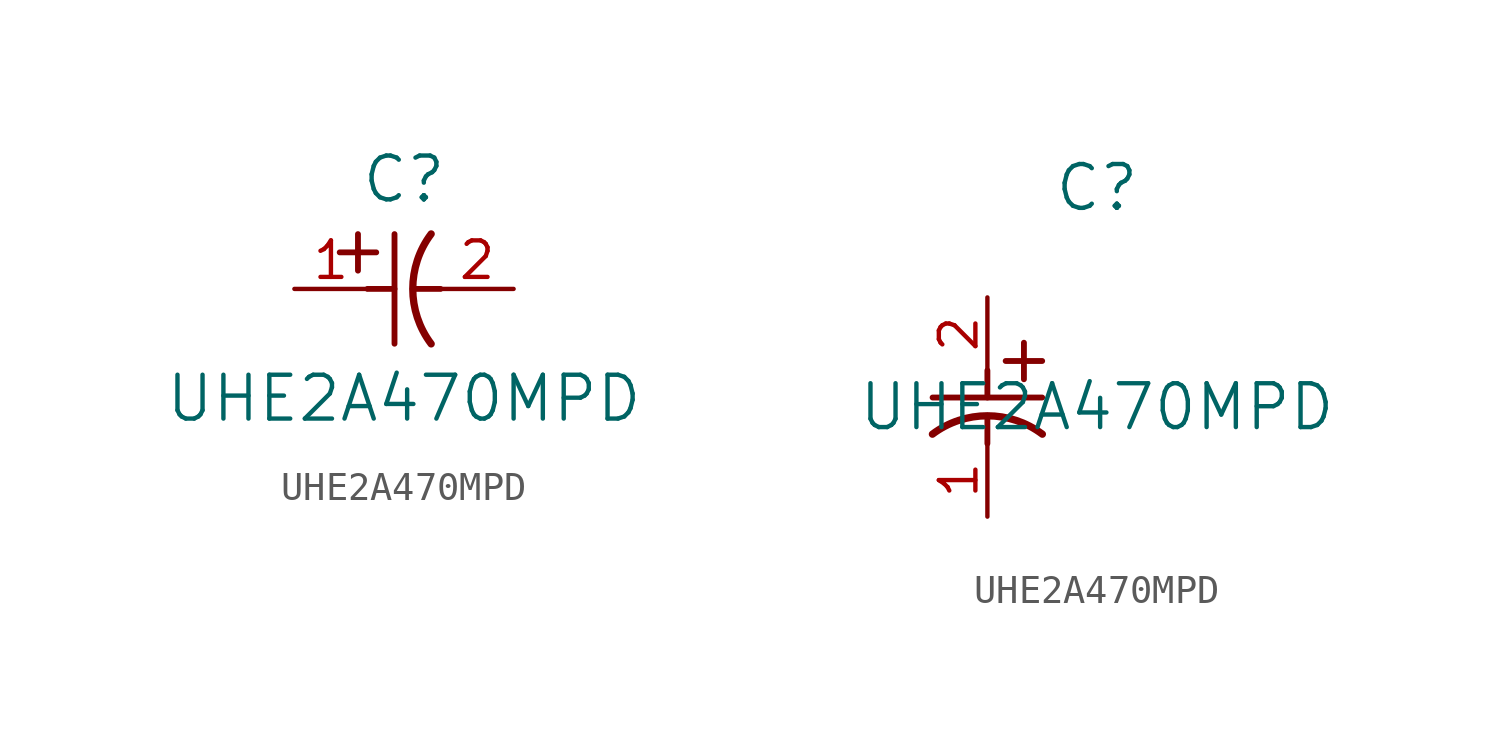
<source format=kicad_sym>
(kicad_symbol_lib
  (version 20211014)
  (generator kicad_symbol_editor)
  (symbol "UHE2A470MPD"
    (pin_names
      (offset 0.254))
    (property "Reference" "C"
      (at 3.81 3.81 0)
      (effects (font (size 1.524 1.524))))
    (property "Value" "UHE2A470MPD"
      (at 3.81 -3.81 0)
      (effects (font (size 1.524 1.524))))
    (symbol "UHE2A470MPD_1_1"
      (polyline (pts (xy 2.21 0.635) (xy 2.21 1.905)) (stroke (width 0.203) (type default) (color 0 0 0 0)) (fill (type none)))
      (arc (start 4.754132 1.910763) (mid 4.1148 0) (end 4.754132 -1.910763) (stroke (width 0.254) (type default) (color 0 0 0 0)) (fill (type none)))
      (polyline (pts (xy 4.115 0) (xy 5.08 0)) (stroke (width 0.203) (type default) (color 0 0 0 0)) (fill (type none)))
      (polyline (pts (xy 3.48 -1.905) (xy 3.48 1.905)) (stroke (width 0.203) (type default) (color 0 0 0 0)) (fill (type none)))
      (polyline (pts (xy 1.575 1.27) (xy 2.845 1.27)) (stroke (width 0.203) (type default) (color 0 0 0 0)) (fill (type none)))
      (polyline (pts (xy 2.54 0) (xy 3.48 0)) (stroke (width 0.203) (type default) (color 0 0 0 0)) (fill (type none)))
      (pin unspecified line (at 0 0 0) (length 2.54) (name "" (effects (font (size 1.27 1.27)))) (number "1" (effects (font (size 1.27 1.27)))))
      (pin unspecified line (at 7.62 0 180) (length 2.54) (name "" (effects (font (size 1.27 1.27)))) (number "2" (effects (font (size 1.27 1.27))))))
    (symbol "UHE2A470MPD_1_2"
      (polyline (pts (xy 0 -2.54) (xy 0 -3.48)) (stroke (width 0.203) (type default) (color 0 0 0 0)) (fill (type none)))
      (arc (start 1.910763 -4.754132) (mid 0 -4.1148) (end -1.910763 -4.754132) (stroke (width 0.254) (type default) (color 0 0 0 0)) (fill (type none)))
      (polyline (pts (xy -1.905 -3.48) (xy 1.905 -3.48)) (stroke (width 0.203) (type default) (color 0 0 0 0)) (fill (type none)))
      (polyline (pts (xy 0.635 -2.21) (xy 1.905 -2.21)) (stroke (width 0.203) (type default) (color 0 0 0 0)) (fill (type none)))
      (polyline (pts (xy 1.27 -1.575) (xy 1.27 -2.845)) (stroke (width 0.203) (type default) (color 0 0 0 0)) (fill (type none)))
      (polyline (pts (xy 0 -4.115) (xy 0 -5.08)) (stroke (width 0.203) (type default) (color 0 0 0 0)) (fill (type none)))
      (pin unspecified line (at 0 -7.62 90) (length 2.54) (name "" (effects (font (size 1.27 1.27)))) (number "1" (effects (font (size 1.27 1.27)))))
      (pin unspecified line (at 0 0 270) (length 2.54) (name "" (effects (font (size 1.27 1.27)))) (number "2" (effects (font (size 1.27 1.27))))))))
</source>
